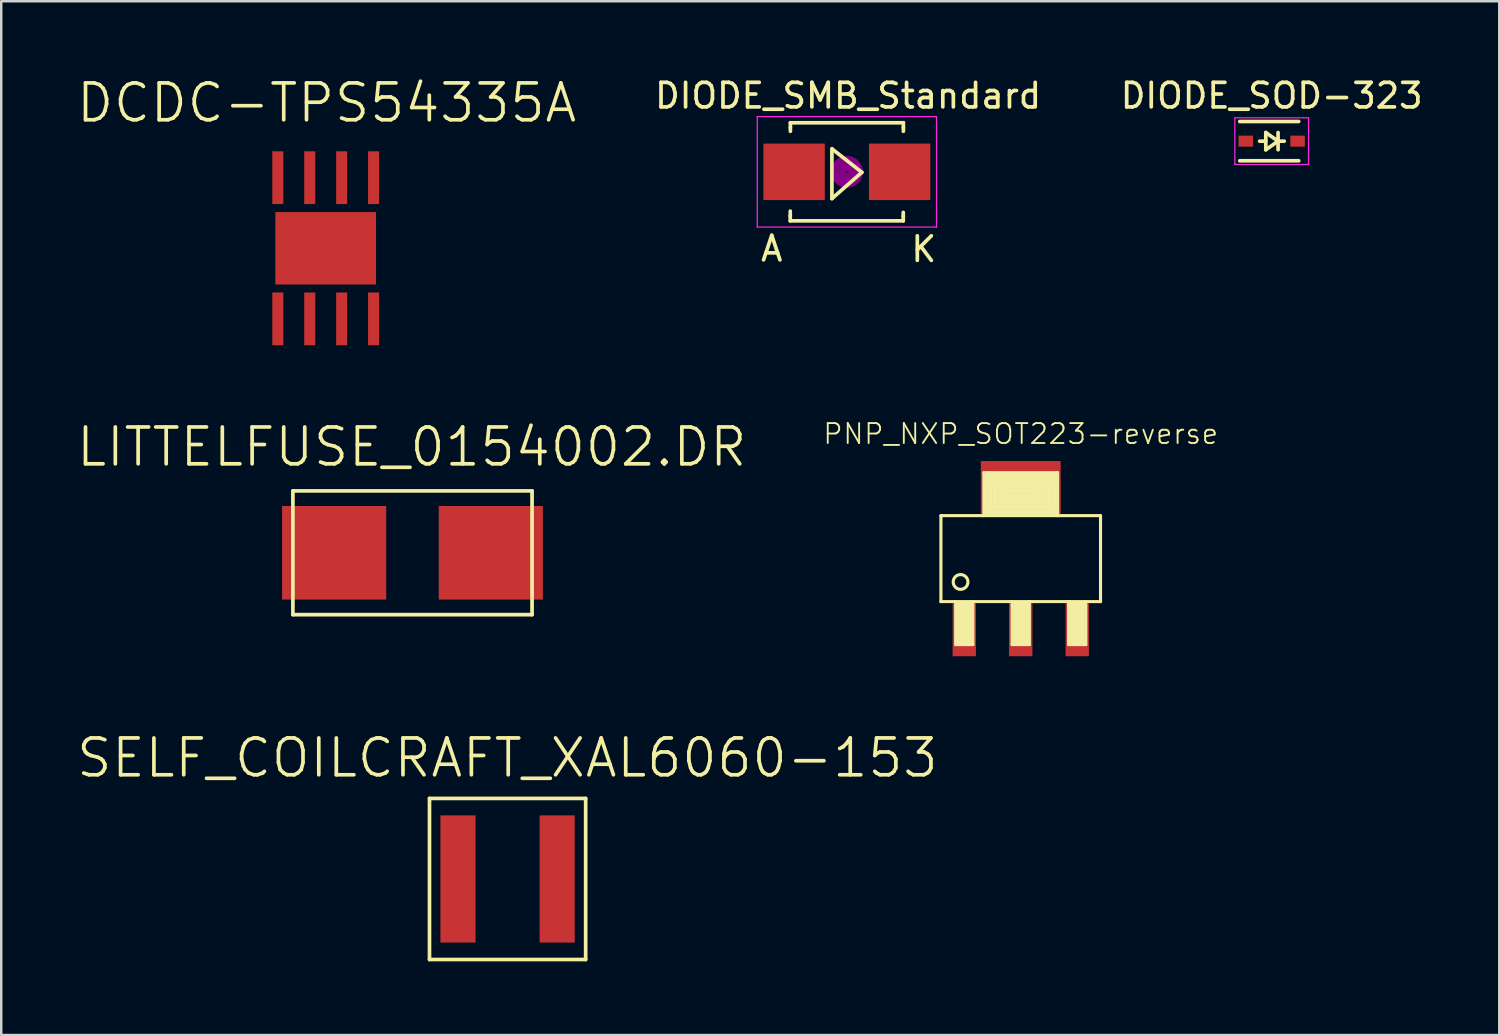
<source format=kicad_pcb>
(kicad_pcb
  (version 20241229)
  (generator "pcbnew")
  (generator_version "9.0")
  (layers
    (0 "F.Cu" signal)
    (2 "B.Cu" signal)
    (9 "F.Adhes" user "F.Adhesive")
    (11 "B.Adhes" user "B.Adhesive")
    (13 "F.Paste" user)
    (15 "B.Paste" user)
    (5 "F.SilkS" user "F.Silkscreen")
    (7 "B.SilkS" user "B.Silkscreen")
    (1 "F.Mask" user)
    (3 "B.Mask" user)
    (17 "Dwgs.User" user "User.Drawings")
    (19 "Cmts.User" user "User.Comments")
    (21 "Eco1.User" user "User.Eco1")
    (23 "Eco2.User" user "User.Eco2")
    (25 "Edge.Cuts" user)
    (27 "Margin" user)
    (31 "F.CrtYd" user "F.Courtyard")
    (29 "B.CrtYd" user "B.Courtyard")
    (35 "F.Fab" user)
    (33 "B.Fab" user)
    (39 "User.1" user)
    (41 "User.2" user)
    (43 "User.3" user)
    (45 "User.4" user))
  (footprint "PNP_NXP_SOT223-reverse"
    (layer "F.Cu")
    (at 38.519 19.7)
    (property "Reference" "PNP_NXP_SOT223-reverse" (at 0 -5.08 0) (layer "F.SilkS") (effects (font (size 0.813 0.813) (thickness 0.076))))
    (attr through_hole)
    (fp_line (start -3.25 -1.75) (end 3.25 -1.75) (stroke (width 0.127) (type solid)) (layer "F.SilkS"))
    (fp_line (start -3.25 1.75) (end -3.25 -1.75) (stroke (width 0.127) (type solid)) (layer "F.SilkS"))
    (fp_line (start -2.65 1.75) (end -2.65 3.5) (stroke (width 0.127) (type solid)) (layer "F.SilkS"))
    (fp_line (start -2.65 3.5) (end -1.95 3.5) (stroke (width 0.127) (type solid)) (layer "F.SilkS"))
    (fp_line (start -2.55 1.85) (end -2.05 1.85) (stroke (width 0.127) (type solid)) (layer "F.SilkS"))
    (fp_line (start -2.55 1.95) (end -2.15 1.95) (stroke (width 0.127) (type solid)) (layer "F.SilkS"))
    (fp_line (start -2.55 3.4) (end -2.55 1.95) (stroke (width 0.127) (type solid)) (layer "F.SilkS"))
    (fp_line (start -2.45 2.05) (end -2.25 2.05) (stroke (width 0.127) (type solid)) (layer "F.SilkS"))
    (fp_line (start -2.45 3.3) (end -2.45 2.05) (stroke (width 0.127) (type solid)) (layer "F.SilkS"))
    (fp_line (start -2.35 3.2) (end -2.35 2.15) (stroke (width 0.127) (type solid)) (layer "F.SilkS"))
    (fp_line (start -2.25 2.05) (end -2.25 3.2) (stroke (width 0.127) (type solid)) (layer "F.SilkS"))
    (fp_line (start -2.25 3.2) (end -2.35 3.2) (stroke (width 0.127) (type solid)) (layer "F.SilkS"))
    (fp_line (start -2.15 1.95) (end -2.15 3.3) (stroke (width 0.127) (type solid)) (layer "F.SilkS"))
    (fp_line (start -2.15 3.3) (end -2.45 3.3) (stroke (width 0.127) (type solid)) (layer "F.SilkS"))
    (fp_line (start -2.05 1.85) (end -2.05 3.4) (stroke (width 0.127) (type solid)) (layer "F.SilkS"))
    (fp_line (start -2.05 3.4) (end -2.55 3.4) (stroke (width 0.127) (type solid)) (layer "F.SilkS"))
    (fp_line (start -1.95 3.5) (end -1.95 1.75) (stroke (width 0.127) (type solid)) (layer "F.SilkS"))
    (fp_line (start -1.5 -3.5) (end -1.5 -1.75) (stroke (width 0.127) (type solid)) (layer "F.SilkS"))
    (fp_line (start -1.4 -3.4) (end 1.4 -3.4) (stroke (width 0.127) (type solid)) (layer "F.SilkS"))
    (fp_line (start -1.4 -3.3) (end 1.3 -3.3) (stroke (width 0.127) (type solid)) (layer "F.SilkS"))
    (fp_line (start -1.4 -1.85) (end -1.4 -3.3) (stroke (width 0.127) (type solid)) (layer "F.SilkS"))
    (fp_line (start -1.3 -3.2) (end 1.2 -3.2) (stroke (width 0.127) (type solid)) (layer "F.SilkS"))
    (fp_line (start -1.3 -1.95) (end -1.3 -3.2) (stroke (width 0.127) (type solid)) (layer "F.SilkS"))
    (fp_line (start -1.2 -3.1) (end 1.1 -3.1) (stroke (width 0.127) (type solid)) (layer "F.SilkS"))
    (fp_line (start -1.2 -2.05) (end -1.2 -3.1) (stroke (width 0.127) (type solid)) (layer "F.SilkS"))
    (fp_line (start -1.1 -3) (end 1 -3) (stroke (width 0.127) (type solid)) (layer "F.SilkS"))
    (fp_line (start -1.1 -2.15) (end -1.1 -3) (stroke (width 0.127) (type solid)) (layer "F.SilkS"))
    (fp_line (start -1 -2.9) (end 0.9 -2.9) (stroke (width 0.127) (type solid)) (layer "F.SilkS"))
    (fp_line (start -1 -2.25) (end -1 -2.9) (stroke (width 0.127) (type solid)) (layer "F.SilkS"))
    (fp_line (start -0.9 -2.8) (end 0.8 -2.8) (stroke (width 0.127) (type solid)) (layer "F.SilkS"))
    (fp_line (start -0.9 -2.35) (end -0.9 -2.8) (stroke (width 0.127) (type solid)) (layer "F.SilkS"))
    (fp_line (start -0.8 -2.7) (end 0.7 -2.7) (stroke (width 0.127) (type solid)) (layer "F.SilkS"))
    (fp_line (start -0.8 -2.45) (end -0.8 -2.7) (stroke (width 0.127) (type solid)) (layer "F.SilkS"))
    (fp_line (start -0.7 -2.6) (end 0.6 -2.6) (stroke (width 0.127) (type solid)) (layer "F.SilkS"))
    (fp_line (start -0.7 -2.55) (end -0.7 -2.6) (stroke (width 0.127) (type solid)) (layer "F.SilkS"))
    (fp_line (start -0.35 1.75) (end -0.35 3.5) (stroke (width 0.127) (type solid)) (layer "F.SilkS"))
    (fp_line (start -0.35 3.5) (end 0.35 3.5) (stroke (width 0.127) (type solid)) (layer "F.SilkS"))
    (fp_line (start -0.25 1.85) (end 0.25 1.85) (stroke (width 0.127) (type solid)) (layer "F.SilkS"))
    (fp_line (start -0.25 1.95) (end 0.15 1.95) (stroke (width 0.127) (type solid)) (layer "F.SilkS"))
    (fp_line (start -0.25 3.4) (end -0.25 1.95) (stroke (width 0.127) (type solid)) (layer "F.SilkS"))
    (fp_line (start -0.15 2.05) (end 0.05 2.05) (stroke (width 0.127) (type solid)) (layer "F.SilkS"))
    (fp_line (start -0.15 3.3) (end -0.15 2.05) (stroke (width 0.127) (type solid)) (layer "F.SilkS"))
    (fp_line (start -0.05 3.2) (end -0.05 2.15) (stroke (width 0.127) (type solid)) (layer "F.SilkS"))
    (fp_line (start 0.05 2.05) (end 0.05 3.2) (stroke (width 0.127) (type solid)) (layer "F.SilkS"))
    (fp_line (start 0.05 3.2) (end -0.05 3.2) (stroke (width 0.127) (type solid)) (layer "F.SilkS"))
    (fp_line (start 0.15 1.95) (end 0.15 3.3) (stroke (width 0.127) (type solid)) (layer "F.SilkS"))
    (fp_line (start 0.15 3.3) (end -0.15 3.3) (stroke (width 0.127) (type solid)) (layer "F.SilkS"))
    (fp_line (start 0.25 1.85) (end 0.25 3.4) (stroke (width 0.127) (type solid)) (layer "F.SilkS"))
    (fp_line (start 0.25 3.4) (end -0.25 3.4) (stroke (width 0.127) (type solid)) (layer "F.SilkS"))
    (fp_line (start 0.35 3.5) (end 0.35 1.75) (stroke (width 0.127) (type solid)) (layer "F.SilkS"))
    (fp_line (start 0.7 -2.7) (end 0.7 -2.55) (stroke (width 0.127) (type solid)) (layer "F.SilkS"))
    (fp_line (start 0.7 -2.55) (end -0.7 -2.55) (stroke (width 0.127) (type solid)) (layer "F.SilkS"))
    (fp_line (start 0.8 -2.8) (end 0.8 -2.45) (stroke (width 0.127) (type solid)) (layer "F.SilkS"))
    (fp_line (start 0.8 -2.45) (end -0.8 -2.45) (stroke (width 0.127) (type solid)) (layer "F.SilkS"))
    (fp_line (start 0.9 -2.9) (end 0.9 -2.35) (stroke (width 0.127) (type solid)) (layer "F.SilkS"))
    (fp_line (start 0.9 -2.35) (end -0.9 -2.35) (stroke (width 0.127) (type solid)) (layer "F.SilkS"))
    (fp_line (start 1 -2.95) (end 1 -2.25) (stroke (width 0.127) (type solid)) (layer "F.SilkS"))
    (fp_line (start 1 -2.25) (end -1 -2.25) (stroke (width 0.127) (type solid)) (layer "F.SilkS"))
    (fp_line (start 1.1 -3.1) (end 1.1 -2.15) (stroke (width 0.127) (type solid)) (layer "F.SilkS"))
    (fp_line (start 1.1 -2.15) (end -1.1 -2.15) (stroke (width 0.127) (type solid)) (layer "F.SilkS"))
    (fp_line (start 1.2 -3.2) (end 1.2 -2.05) (stroke (width 0.127) (type solid)) (layer "F.SilkS"))
    (fp_line (start 1.2 -2.05) (end -1.2 -2.05) (stroke (width 0.127) (type solid)) (layer "F.SilkS"))
    (fp_line (start 1.3 -3.3) (end 1.3 -1.95) (stroke (width 0.127) (type solid)) (layer "F.SilkS"))
    (fp_line (start 1.3 -1.95) (end -1.3 -1.95) (stroke (width 0.127) (type solid)) (layer "F.SilkS"))
    (fp_line (start 1.4 -3.4) (end 1.4 -1.85) (stroke (width 0.127) (type solid)) (layer "F.SilkS"))
    (fp_line (start 1.4 -1.85) (end -1.4 -1.85) (stroke (width 0.127) (type solid)) (layer "F.SilkS"))
    (fp_line (start 1.5 -3.5) (end -1.5 -3.5) (stroke (width 0.127) (type solid)) (layer "F.SilkS"))
    (fp_line (start 1.5 -1.75) (end 1.5 -3.5) (stroke (width 0.127) (type solid)) (layer "F.SilkS"))
    (fp_line (start 1.95 1.75) (end 1.95 3.5) (stroke (width 0.127) (type solid)) (layer "F.SilkS"))
    (fp_line (start 1.95 3.5) (end 2.65 3.5) (stroke (width 0.127) (type solid)) (layer "F.SilkS"))
    (fp_line (start 2.05 1.85) (end 2.55 1.85) (stroke (width 0.127) (type solid)) (layer "F.SilkS"))
    (fp_line (start 2.05 1.95) (end 2.45 1.95) (stroke (width 0.127) (type solid)) (layer "F.SilkS"))
    (fp_line (start 2.05 3.4) (end 2.05 1.95) (stroke (width 0.127) (type solid)) (layer "F.SilkS"))
    (fp_line (start 2.15 2.05) (end 2.35 2.05) (stroke (width 0.127) (type solid)) (layer "F.SilkS"))
    (fp_line (start 2.15 3.3) (end 2.15 2.05) (stroke (width 0.127) (type solid)) (layer "F.SilkS"))
    (fp_line (start 2.25 3.2) (end 2.25 2.15) (stroke (width 0.127) (type solid)) (layer "F.SilkS"))
    (fp_line (start 2.35 2.05) (end 2.35 3.2) (stroke (width 0.127) (type solid)) (layer "F.SilkS"))
    (fp_line (start 2.35 3.2) (end 2.25 3.2) (stroke (width 0.127) (type solid)) (layer "F.SilkS"))
    (fp_line (start 2.45 1.95) (end 2.45 3.3) (stroke (width 0.127) (type solid)) (layer "F.SilkS"))
    (fp_line (start 2.45 3.3) (end 2.15 3.3) (stroke (width 0.127) (type solid)) (layer "F.SilkS"))
    (fp_line (start 2.55 1.85) (end 2.55 3.4) (stroke (width 0.127) (type solid)) (layer "F.SilkS"))
    (fp_line (start 2.55 3.4) (end 2.05 3.4) (stroke (width 0.127) (type solid)) (layer "F.SilkS"))
    (fp_line (start 2.65 3.5) (end 2.65 1.75) (stroke (width 0.127) (type solid)) (layer "F.SilkS"))
    (fp_line (start 3.25 -1.75) (end 3.25 1.75) (stroke (width 0.127) (type solid)) (layer "F.SilkS"))
    (fp_line (start 3.25 1.75) (end -3.25 1.75) (stroke (width 0.127) (type solid)) (layer "F.SilkS"))
    (fp_circle (center -2.45 0.95) (end -2.15 0.95) (stroke (width 0.127) (type solid)) (fill no) (layer "F.SilkS"))
    (pad "1" smd rect (at 2.3 2.9) (size 0.95 2.15) (layers "F.Cu" "F.Mask" "F.Paste"))
    (pad "2" smd rect (at 0 -2.9) (size 3.25 2.15) (layers "F.Cu" "F.Mask" "F.Paste"))
    (pad "2" smd rect (at 0 2.9) (size 0.95 2.15) (layers "F.Cu" "F.Mask" "F.Paste"))
    (pad "3" smd rect (at -2.3 2.9) (size 0.95 2.15) (layers "F.Cu" "F.Mask" "F.Paste")))
  (footprint "SELF_COILCRAFT_XAL6060-153"
    (layer "F.Cu")
    (at 17.621 32.746)
    (property "Reference" "SELF_COILCRAFT_XAL6060-153" (at -0.01 -4.93 0) (layer "F.SilkS") (effects (font (size 1.5 1.5) (thickness 0.15))))
    (attr through_hole)
    (fp_line (start -3.18 -3.28) (end -3.18 3.28) (stroke (width 0.15) (type solid)) (layer "F.SilkS"))
    (fp_line (start -3.18 3.28) (end 3.18 3.28) (stroke (width 0.15) (type solid)) (layer "F.SilkS"))
    (fp_line (start 3.18 -3.28) (end -3.18 -3.28) (stroke (width 0.15) (type solid)) (layer "F.SilkS"))
    (fp_line (start 3.18 3.28) (end 3.18 -3.28) (stroke (width 0.15) (type solid)) (layer "F.SilkS"))
    (pad "1" smd rect (at -2.02 0) (size 1.43 5.18) (layers "F.Cu" "F.Mask" "F.Paste"))
    (pad "2" smd rect (at 2.02 0) (size 1.43 5.18) (layers "F.Cu" "F.Mask" "F.Paste")))
  (footprint "DIODE_SMB_Standard"
    (layer "F.Cu")
    (at 31.439 3.948)
    (property "Reference" "DIODE_SMB_Standard" (at 0.05 -3.1 0) (layer "F.SilkS") (effects (font (size 1 1) (thickness 0.15))))
    (attr smd)
    (fp_line (start -2.306 1.8) (end -2.306 1.6) (stroke (width 0.15) (type solid)) (layer "F.SilkS"))
    (fp_line (start -2.306 1.996) (end -2.306 1.798) (stroke (width 0.15) (type solid)) (layer "F.SilkS"))
    (fp_line (start -2.306 1.996) (end 2.296 1.996) (stroke (width 0.15) (type solid)) (layer "F.SilkS"))
    (fp_line (start -2.301 -1.999) (end -2.301 -1.801) (stroke (width 0.15) (type solid)) (layer "F.SilkS"))
    (fp_line (start -2.301 -1.999) (end 2.301 -1.999) (stroke (width 0.15) (type solid)) (layer "F.SilkS"))
    (fp_line (start -2.301 -1.8) (end -2.301 -1.651) (stroke (width 0.15) (type solid)) (layer "F.SilkS"))
    (fp_line (start -0.61 -0.94) (end -0.61 1.09) (stroke (width 0.15) (type solid)) (layer "F.SilkS"))
    (fp_line (start -0.61 1.09) (end 0.61 0.02) (stroke (width 0.15) (type solid)) (layer "F.SilkS"))
    (fp_line (start 0.61 0.02) (end -0.6 -0.93) (stroke (width 0.15) (type solid)) (layer "F.SilkS"))
    (fp_line (start 2.296 1.8) (end 2.296 1.651) (stroke (width 0.15) (type solid)) (layer "F.SilkS"))
    (fp_line (start 2.296 1.996) (end 2.296 1.798) (stroke (width 0.15) (type solid)) (layer "F.SilkS"))
    (fp_line (start 2.301 -1.999) (end 2.301 -1.801) (stroke (width 0.15) (type solid)) (layer "F.SilkS"))
    (fp_line (start 2.301 -1.8) (end 2.301 -1.651) (stroke (width 0.15) (type solid)) (layer "F.SilkS"))
    (fp_circle (center 0 0) (end 0.201 0.099) (stroke (width 0.381) (type solid)) (fill no) (layer "F.Adhes"))
    (fp_circle (center 0 0) (end 0.45 0.099) (stroke (width 0.381) (type solid)) (fill no) (layer "F.Adhes"))
    (fp_line (start -3.65 -2.25) (end 3.65 -2.25) (stroke (width 0.05) (type solid)) (layer "F.CrtYd"))
    (fp_line (start -3.65 2.25) (end -3.65 -2.25) (stroke (width 0.05) (type solid)) (layer "F.CrtYd"))
    (fp_line (start 3.65 -2.25) (end 3.65 2.25) (stroke (width 0.05) (type solid)) (layer "F.CrtYd"))
    (fp_line (start 3.65 2.25) (end -3.65 2.25) (stroke (width 0.05) (type solid)) (layer "F.CrtYd"))
    (fp_text user "A" (at -3.06 3.13 0) (layer "F.SilkS") (effects (font (size 1 1) (thickness 0.15))))
    (fp_text user "K" (at 3.13 3.15 0) (layer "F.SilkS") (effects (font (size 1 1) (thickness 0.15))))
    (pad "1" smd rect (at -2.149 0) (size 2.499 2.301) (layers "F.Cu" "F.Mask" "F.Paste"))
    (pad "2" smd rect (at 2.149 0) (size 2.499 2.301) (layers "F.Cu" "F.Mask" "F.Paste")))
  (footprint "LITTELFUSE_0154002.DR"
    (layer "F.Cu")
    (at 13.748 19.462)
    (property "Reference" "LITTELFUSE_0154002.DR" (at -0.03 -4.31 0) (layer "F.SilkS") (effects (font (size 1.5 1.5) (thickness 0.15))))
    (attr through_hole)
    (fp_line (start -4.87 -2.52) (end -4.87 2.52) (stroke (width 0.15) (type solid)) (layer "F.SilkS"))
    (fp_line (start -4.87 2.52) (end 4.87 2.52) (stroke (width 0.15) (type solid)) (layer "F.SilkS"))
    (fp_line (start 4.87 -2.52) (end -4.87 -2.52) (stroke (width 0.15) (type solid)) (layer "F.SilkS"))
    (fp_line (start 4.87 2.52) (end 4.87 -2.52) (stroke (width 0.15) (type solid)) (layer "F.SilkS"))
    (pad "1" smd rect (at -3.19 0) (size 4.24 3.81) (layers "F.Cu" "F.Mask" "F.Paste"))
    (pad "2" smd rect (at 3.19 0) (size 4.24 3.81) (layers "F.Cu" "F.Mask" "F.Paste")))
  (footprint "DIODE_SOD-323"
    (layer "F.Cu")
    (at 48.739 2.698)
    (property "Reference" "DIODE_SOD-323" (at 0 -1.85 0) (layer "F.SilkS") (effects (font (size 1 1) (thickness 0.15))))
    (attr smd)
    (fp_line (start -1.3 -0.8) (end 1.1 -0.8) (stroke (width 0.15) (type solid)) (layer "F.SilkS"))
    (fp_line (start -1.3 0.8) (end 1.1 0.8) (stroke (width 0.15) (type solid)) (layer "F.SilkS"))
    (fp_line (start -0.24 -0.35) (end -0.24 0.35) (stroke (width 0.15) (type solid)) (layer "F.SilkS"))
    (fp_line (start -0.24 0) (end -0.49 0) (stroke (width 0.15) (type solid)) (layer "F.SilkS"))
    (fp_line (start -0.24 0.35) (end 0.26 0) (stroke (width 0.15) (type solid)) (layer "F.SilkS"))
    (fp_line (start 0.26 -0.35) (end 0.26 0.35) (stroke (width 0.15) (type solid)) (layer "F.SilkS"))
    (fp_line (start 0.26 0) (end -0.24 -0.35) (stroke (width 0.15) (type solid)) (layer "F.SilkS"))
    (fp_line (start 0.26 0) (end 0.51 0) (stroke (width 0.15) (type solid)) (layer "F.SilkS"))
    (fp_line (start -1.5 -0.95) (end -1.5 0.95) (stroke (width 0.05) (type solid)) (layer "F.CrtYd"))
    (fp_line (start -1.5 -0.95) (end 1.5 -0.95) (stroke (width 0.05) (type solid)) (layer "F.CrtYd"))
    (fp_line (start -1.5 0.95) (end 1.5 0.95) (stroke (width 0.05) (type solid)) (layer "F.CrtYd"))
    (fp_line (start 1.5 -0.95) (end 1.5 0.95) (stroke (width 0.05) (type solid)) (layer "F.CrtYd"))
    (pad "1" smd rect (at -1.055 0) (size 0.59 0.45) (layers "F.Cu" "F.Mask" "F.Paste"))
    (pad "2" smd rect (at 1.055 0) (size 0.59 0.45) (layers "F.Cu" "F.Mask" "F.Paste")))
  (footprint "DCDC-TPS54335A"
    (layer "F.Cu")
    (at 10.214 7.061)
    (property "Reference" "DCDC-TPS54335A" (at 0.04 -5.92 0) (layer "F.SilkS") (effects (font (size 1.5 1.5) (thickness 0.15))))
    (attr through_hole)
    (pad "1" smd rect (at -1.95 2.875) (size 0.45 2.15) (layers "F.Cu" "F.Mask" "F.Paste"))
    (pad "2" smd rect (at -0.65 2.875) (size 0.45 2.15) (layers "F.Cu" "F.Mask" "F.Paste"))
    (pad "3" smd rect (at 0.65 2.875) (size 0.45 2.15) (layers "F.Cu" "F.Mask" "F.Paste"))
    (pad "4" smd rect (at 1.95 2.875) (size 0.45 2.15) (layers "F.Cu" "F.Mask" "F.Paste"))
    (pad "5" smd rect (at 1.95 -2.875) (size 0.45 2.15) (layers "F.Cu" "F.Mask" "F.Paste"))
    (pad "6" smd rect (at 0.65 -2.875) (size 0.45 2.15) (layers "F.Cu" "F.Mask" "F.Paste"))
    (pad "7" smd rect (at -0.65 -2.875) (size 0.45 2.15) (layers "F.Cu" "F.Mask" "F.Paste"))
    (pad "8" smd rect (at -1.95 -2.875) (size 0.45 2.15) (layers "F.Cu" "F.Mask" "F.Paste"))
    (pad "9" smd rect (at 0 0) (size 4.1 2.95) (layers "F.Cu" "F.Mask" "F.Paste")))
  (gr_rect
    (start -3 -3)
    (end 58.007 39.101)
    (stroke (width 0.1) (type default))
    (fill no)
    (layer "Edge.Cuts")))
</source>
